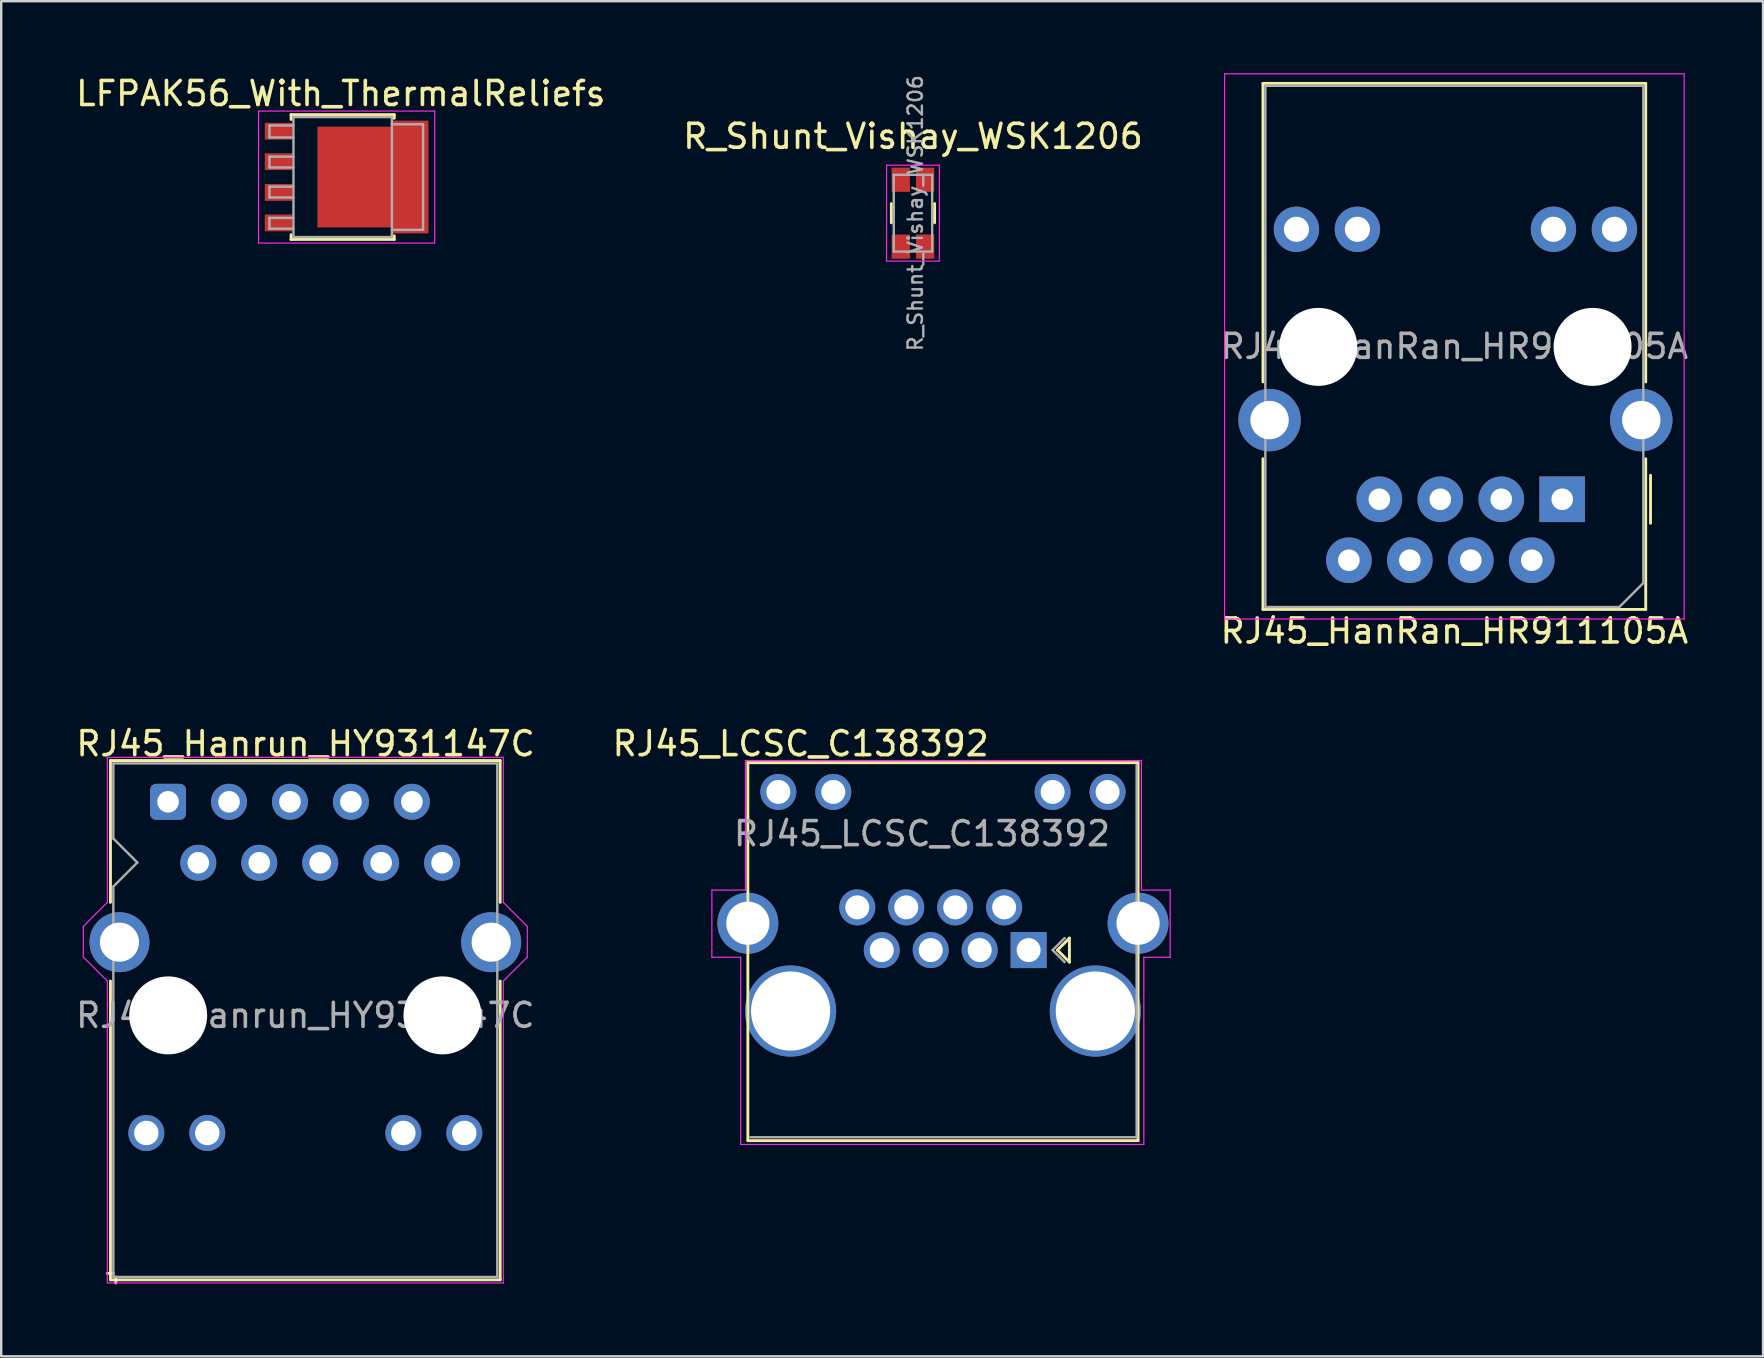
<source format=kicad_pcb>
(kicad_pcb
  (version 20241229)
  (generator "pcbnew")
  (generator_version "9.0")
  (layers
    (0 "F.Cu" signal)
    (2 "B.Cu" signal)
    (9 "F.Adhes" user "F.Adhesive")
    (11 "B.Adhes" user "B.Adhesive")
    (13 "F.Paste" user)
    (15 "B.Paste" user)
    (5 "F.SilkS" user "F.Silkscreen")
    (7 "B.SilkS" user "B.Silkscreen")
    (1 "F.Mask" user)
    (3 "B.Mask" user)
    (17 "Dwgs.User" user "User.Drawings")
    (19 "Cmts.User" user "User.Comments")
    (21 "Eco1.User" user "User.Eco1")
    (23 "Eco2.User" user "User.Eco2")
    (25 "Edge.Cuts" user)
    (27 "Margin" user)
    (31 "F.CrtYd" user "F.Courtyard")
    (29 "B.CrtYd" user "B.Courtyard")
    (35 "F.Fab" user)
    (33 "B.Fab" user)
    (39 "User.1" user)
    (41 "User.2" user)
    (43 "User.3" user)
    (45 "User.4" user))
  (footprint "RJ45_Hanrun_HY931147C"
    (layer "F.Cu")
    (at 9.683 39.252)
    (property "Reference" "RJ45_Hanrun_HY931147C" (at 0 -11.31 0) (layer "F.SilkS") (effects (font (size 1 1) (thickness 0.15))))
    (attr through_hole)
    (fp_line (start -8.13 -10.61) (end -8.13 -4.7) (stroke (width 0.12) (type solid)) (layer "F.SilkS"))
    (fp_line (start -8.13 -10.61) (end 8.11 -10.61) (stroke (width 0.12) (type solid)) (layer "F.SilkS"))
    (fp_line (start -8.13 -1.42) (end -8.13 11.03) (stroke (width 0.12) (type solid)) (layer "F.SilkS"))
    (fp_line (start -8.01 10.76) (end -8.26 10.76) (stroke (width 0.12) (type solid)) (layer "F.SilkS"))
    (fp_line (start -7.91 10.91) (end -7.91 11.16) (stroke (width 0.12) (type solid)) (layer "F.SilkS"))
    (fp_line (start 8.11 -10.61) (end 8.11 -4.7) (stroke (width 0.12) (type solid)) (layer "F.SilkS"))
    (fp_line (start 8.11 -1.42) (end 8.11 11.03) (stroke (width 0.12) (type solid)) (layer "F.SilkS"))
    (fp_line (start 8.11 11.03) (end -8.13 11.03) (stroke (width 0.12) (type solid)) (layer "F.SilkS"))
    (fp_line (start -9.26 -2.42) (end -9.26 -3.7) (stroke (width 0.05) (type solid)) (layer "F.CrtYd"))
    (fp_line (start -9.26 -2.42) (end -8.26 -1.42) (stroke (width 0.05) (type solid)) (layer "F.CrtYd"))
    (fp_line (start -8.26 -10.74) (end 8.24 -10.74) (stroke (width 0.05) (type solid)) (layer "F.CrtYd"))
    (fp_line (start -8.26 -4.7) (end -9.26 -3.7) (stroke (width 0.05) (type solid)) (layer "F.CrtYd"))
    (fp_line (start -8.26 -4.7) (end -8.26 -10.75) (stroke (width 0.05) (type solid)) (layer "F.CrtYd"))
    (fp_line (start -8.26 -1.42) (end -8.26 11.16) (stroke (width 0.05) (type solid)) (layer "F.CrtYd"))
    (fp_line (start -8.26 11.16) (end 8.24 11.16) (stroke (width 0.05) (type solid)) (layer "F.CrtYd"))
    (fp_line (start 8.24 -4.7) (end 8.24 -10.74) (stroke (width 0.05) (type solid)) (layer "F.CrtYd"))
    (fp_line (start 8.24 -4.7) (end 9.24 -3.7) (stroke (width 0.05) (type solid)) (layer "F.CrtYd"))
    (fp_line (start 8.24 -1.42) (end 8.24 11.16) (stroke (width 0.05) (type solid)) (layer "F.CrtYd"))
    (fp_line (start 9.24 -2.42) (end 8.24 -1.42) (stroke (width 0.05) (type solid)) (layer "F.CrtYd"))
    (fp_line (start 9.24 -2.42) (end 9.24 -3.7) (stroke (width 0.05) (type solid)) (layer "F.CrtYd"))
    (fp_line (start -8.01 -10.49) (end -8.01 -7.36) (stroke (width 0.1) (type solid)) (layer "F.Fab"))
    (fp_line (start -8.01 -10.49) (end 7.99 -10.49) (stroke (width 0.1) (type solid)) (layer "F.Fab"))
    (fp_line (start -8.01 -5.36) (end -8.01 10.91) (stroke (width 0.1) (type solid)) (layer "F.Fab"))
    (fp_line (start -8.01 10.91) (end 7.99 10.91) (stroke (width 0.1) (type solid)) (layer "F.Fab"))
    (fp_line (start -7.01 -6.36) (end -8.01 -7.36) (stroke (width 0.1) (type solid)) (layer "F.Fab"))
    (fp_line (start -7.01 -6.36) (end -8.01 -5.36) (stroke (width 0.1) (type solid)) (layer "F.Fab"))
    (fp_line (start 7.99 -10.49) (end 7.99 10.91) (stroke (width 0.1) (type solid)) (layer "F.Fab"))
    (fp_line (start -6.45 0) (end 5.55 0) (stroke (width 0.05) (type solid)) (layer "User.1"))
    (fp_line (start -0.01 -10.55) (end -0.01 10.85) (stroke (width 0.05) (type solid)) (layer "User.1"))
    (fp_text user "${REFERENCE}" (at -0.01 0.01 0) (layer "F.Fab") (effects (font (size 1 1) (thickness 0.15))))
    (pad "" np_thru_hole circle (at -5.725 0.01) (size 3.25 3.25) (drill 3.25) (layers "*.Cu" "*.Mask"))
    (pad "" np_thru_hole circle (at 5.705 0.01) (size 3.25 3.25) (drill 3.25) (layers "*.Cu" "*.Mask"))
    (pad "1" thru_hole roundrect (at -5.73 -8.89) (size 1.5 1.5) (drill 0.9) (layers "*.Cu" "*.Mask") (roundrect_rratio 0.167))
    (pad "2" thru_hole circle (at -4.47 -6.35) (size 1.5 1.5) (drill 0.9) (layers "*.Cu" "*.Mask"))
    (pad "3" thru_hole circle (at -3.19 -8.89) (size 1.5 1.5) (drill 0.9) (layers "*.Cu" "*.Mask"))
    (pad "4" thru_hole circle (at -1.93 -6.35) (size 1.5 1.5) (drill 0.9) (layers "*.Cu" "*.Mask"))
    (pad "5" thru_hole circle (at -0.65 -8.89) (size 1.5 1.5) (drill 0.9) (layers "*.Cu" "*.Mask"))
    (pad "6" thru_hole circle (at 0.61 -6.35 90) (size 1.5 1.5) (drill 0.9) (layers "*.Cu" "*.Mask"))
    (pad "7" thru_hole circle (at 1.89 -8.89) (size 1.5 1.5) (drill 0.9) (layers "*.Cu" "*.Mask"))
    (pad "8" thru_hole circle (at 3.15 -6.35) (size 1.5 1.5) (drill 0.9) (layers "*.Cu" "*.Mask"))
    (pad "9" thru_hole circle (at 4.43 -8.89) (size 1.5 1.5) (drill 0.9) (layers "*.Cu" "*.Mask"))
    (pad "10" thru_hole circle (at 5.69 -6.35) (size 1.5 1.5) (drill 0.9) (layers "*.Cu" "*.Mask"))
    (pad "11" thru_hole circle (at -6.635 4.91) (size 1.5 1.5) (drill 1.02) (layers "*.Cu" "*.Mask"))
    (pad "12" thru_hole circle (at -4.095 4.91) (size 1.5 1.5) (drill 1.02) (layers "*.Cu" "*.Mask"))
    (pad "13" thru_hole circle (at 4.075 4.91) (size 1.5 1.5) (drill 1.02) (layers "*.Cu" "*.Mask"))
    (pad "14" thru_hole circle (at 6.615 4.91) (size 1.5 1.5) (drill 1.02) (layers "*.Cu" "*.Mask"))
    (pad "SH" thru_hole circle (at -7.755 -3.04) (size 2.5 2.5) (drill 1.63) (layers "*.Cu" "*.Mask"))
    (pad "SH" thru_hole circle (at 7.735 -3.04) (size 2.5 2.5) (drill 1.63) (layers "*.Cu" "*.Mask")))
  (footprint "R_Shunt_Vishay_WSK1206"
    (layer "F.Cu")
    (at 34.994 5.833)
    (property "Reference" "R_Shunt_Vishay_WSK1206" (at 0 -3.2 180) (layer "F.SilkS") (effects (font (size 1 1) (thickness 0.15))))
    (attr smd)
    (fp_line (start -0.9 0.4) (end -0.9 -0.4) (stroke (width 0.12) (type solid)) (layer "F.SilkS"))
    (fp_line (start 0.9 -0.4) (end 0.9 0.4) (stroke (width 0.12) (type solid)) (layer "F.SilkS"))
    (fp_line (start -1.1 -2) (end 1.1 -2) (stroke (width 0.05) (type solid)) (layer "F.CrtYd"))
    (fp_line (start -1.1 2) (end -1.1 -2) (stroke (width 0.05) (type solid)) (layer "F.CrtYd"))
    (fp_line (start 1.1 -2) (end 1.1 2) (stroke (width 0.05) (type solid)) (layer "F.CrtYd"))
    (fp_line (start 1.1 2) (end -1.1 2) (stroke (width 0.05) (type solid)) (layer "F.CrtYd"))
    (fp_line (start -0.8 -1.6) (end -0.8 1.6) (stroke (width 0.1) (type solid)) (layer "F.Fab"))
    (fp_line (start -0.8 1.6) (end 0.8 1.6) (stroke (width 0.1) (type solid)) (layer "F.Fab"))
    (fp_line (start 0.8 -1.6) (end -0.8 -1.6) (stroke (width 0.1) (type solid)) (layer "F.Fab"))
    (fp_line (start 0.8 1.6) (end 0.8 -1.6) (stroke (width 0.1) (type solid)) (layer "F.Fab"))
    (fp_text user "${REFERENCE}" (at 0.1 0 90) (layer "F.Fab") (effects (font (size 0.6 0.6) (thickness 0.1))))
    (pad "1" smd rect (at -0.508 -1.394) (size 0.762 1.01) (layers "F.Cu" "F.Mask" "F.Paste"))
    (pad "2" smd rect (at 0.508 -1.394) (size 0.762 1.01) (layers "F.Cu" "F.Mask" "F.Paste"))
    (pad "3" smd rect (at 0.508 1.394) (size 0.762 1.01) (layers "F.Cu" "F.Mask" "F.Paste"))
    (pad "4" smd rect (at -0.508 1.394) (size 0.762 1.01) (layers "F.Cu" "F.Mask" "F.Paste")))
  (footprint "RJ45_LCSC_C138392"
    (layer "F.Cu")
    (at 39.814 36.541)
    (property "Reference" "RJ45_LCSC_C138392" (at -9.5 -8.6 0) (layer "F.SilkS") (effects (font (size 1 1) (thickness 0.15))))
    (attr through_hole)
    (fp_line (start -11.7 7.94) (end -11.7 -7.81) (stroke (width 0.12) (type solid)) (layer "F.SilkS"))
    (fp_line (start 1.2 0) (end 1.7 0.5) (stroke (width 0.12) (type solid)) (layer "F.SilkS"))
    (fp_line (start 1.7 -0.5) (end 1.2 0) (stroke (width 0.12) (type solid)) (layer "F.SilkS"))
    (fp_line (start 1.7 0.5) (end 1.7 -0.5) (stroke (width 0.12) (type solid)) (layer "F.SilkS"))
    (fp_line (start 4.56 -7.81) (end -11.7 -7.81) (stroke (width 0.12) (type solid)) (layer "F.SilkS"))
    (fp_line (start 4.56 7.94) (end -11.7 7.94) (stroke (width 0.12) (type solid)) (layer "F.SilkS"))
    (fp_line (start 4.56 7.94) (end 4.56 -7.81) (stroke (width 0.12) (type solid)) (layer "F.SilkS"))
    (fp_line (start -13.2 -2.5) (end -13.2 0.3) (stroke (width 0.05) (type solid)) (layer "F.CrtYd"))
    (fp_line (start -12 0.3) (end -13.2 0.3) (stroke (width 0.05) (type solid)) (layer "F.CrtYd"))
    (fp_line (start -12 0.3) (end -12 8.1) (stroke (width 0.05) (type solid)) (layer "F.CrtYd"))
    (fp_line (start -11.8 -2.5) (end -13.2 -2.5) (stroke (width 0.05) (type solid)) (layer "F.CrtYd"))
    (fp_line (start -11.8 -2.5) (end -11.8 -7.9) (stroke (width 0.05) (type solid)) (layer "F.CrtYd"))
    (fp_line (start 4.06 -1.05) (end 4.95 -1.05) (stroke (width 0.05) (type solid)) (layer "F.CrtYd"))
    (fp_line (start 4.7 -7.9) (end -11.8 -7.9) (stroke (width 0.05) (type solid)) (layer "F.CrtYd"))
    (fp_line (start 4.7 -2.5) (end 4.7 -7.9) (stroke (width 0.05) (type solid)) (layer "F.CrtYd"))
    (fp_line (start 4.7 -2.5) (end 5.9 -2.5) (stroke (width 0.05) (type solid)) (layer "F.CrtYd"))
    (fp_line (start 4.8 0.3) (end 4.8 8.1) (stroke (width 0.05) (type solid)) (layer "F.CrtYd"))
    (fp_line (start 4.8 0.3) (end 5.9 0.3) (stroke (width 0.05) (type solid)) (layer "F.CrtYd"))
    (fp_line (start 4.8 8.1) (end -12 8.1) (stroke (width 0.05) (type solid)) (layer "F.CrtYd"))
    (fp_line (start 5.9 0.3) (end 5.9 -2.5) (stroke (width 0.05) (type solid)) (layer "F.CrtYd"))
    (fp_line (start 1.5 -0.5) (end 1 0) (stroke (width 0.1) (type solid)) (layer "F.Fab"))
    (fp_line (start 1.5 0.5) (end 1 0) (stroke (width 0.1) (type solid)) (layer "F.Fab"))
    (fp_line (start 4.5 7.8) (end -11.6 7.8) (stroke (width 0.1) (type solid)) (layer "F.Fab"))
    (fp_line (start 4.5 7.8) (end 4.5 -7.7) (stroke (width 0.1) (type solid)) (layer "F.Fab"))
    (fp_text user "${REFERENCE}" (at -4.445 -4.85 180) (layer "F.Fab") (effects (font (size 1 1) (thickness 0.15))))
    (pad "1" thru_hole rect (at 0 0 180) (size 1.5 1.5) (drill 1) (layers "*.Cu" "*.Mask"))
    (pad "2" thru_hole circle (at -1.02 -1.78 180) (size 1.5 1.5) (drill 1) (layers "*.Cu" "*.Mask"))
    (pad "3" thru_hole circle (at -2.04 0 180) (size 1.5 1.5) (drill 1) (layers "*.Cu" "*.Mask"))
    (pad "4" thru_hole circle (at -3.06 -1.78 180) (size 1.5 1.5) (drill 1) (layers "*.Cu" "*.Mask"))
    (pad "5" thru_hole circle (at -4.08 0 180) (size 1.5 1.5) (drill 1) (layers "*.Cu" "*.Mask"))
    (pad "6" thru_hole circle (at -5.1 -1.78 180) (size 1.5 1.5) (drill 1) (layers "*.Cu" "*.Mask"))
    (pad "7" thru_hole circle (at -6.12 0 180) (size 1.5 1.5) (drill 1) (layers "*.Cu" "*.Mask"))
    (pad "8" thru_hole circle (at -7.14 -1.78 180) (size 1.5 1.5) (drill 1) (layers "*.Cu" "*.Mask"))
    (pad "9" thru_hole circle (at -8.14 -6.59 180) (size 1.5 1.5) (drill 1) (layers "*.Cu" "*.Mask"))
    (pad "10" thru_hole circle (at -10.43 -6.59 180) (size 1.5 1.5) (drill 1) (layers "*.Cu" "*.Mask"))
    (pad "11" thru_hole circle (at 3.29 -6.59 180) (size 1.5 1.5) (drill 1) (layers "*.Cu" "*.Mask"))
    (pad "12" thru_hole circle (at 1 -6.59 180) (size 1.5 1.5) (drill 1) (layers "*.Cu" "*.Mask"))
    (pad "SH" thru_hole circle (at -11.7 -1.12 180) (size 2.54 2.54) (drill 1.8) (layers "*.Cu" "*.Mask"))
    (pad "SH" thru_hole circle (at -9.92 2.54 180) (size 3.8 3.8) (drill 3.3) (layers "*.Cu" "*.Mask"))
    (pad "SH" thru_hole circle (at 2.78 2.54 180) (size 3.8 3.8) (drill 3.3) (layers "*.Cu" "*.Mask"))
    (pad "SH" thru_hole circle (at 4.56 -1.12 180) (size 2.54 2.54) (drill 1.8) (layers "*.Cu" "*.Mask")))
  (footprint "LFPAK56_With_ThermalReliefs"
    (layer "F.Cu")
    (at 11.394 4.328)
    (property "Reference" "LFPAK56_With_ThermalReliefs" (at -0.245 -3.48 0) (layer "F.SilkS") (effects (font (size 1 1) (thickness 0.15))))
    (attr smd)
    (fp_line (start -2.315 -2.6) (end -2.315 -2.4) (stroke (width 0.12) (type solid)) (layer "F.SilkS"))
    (fp_line (start -2.315 2.4) (end -2.315 2.6) (stroke (width 0.12) (type solid)) (layer "F.SilkS"))
    (fp_line (start -2.315 2.6) (end 1.985 2.6) (stroke (width 0.12) (type solid)) (layer "F.SilkS"))
    (fp_line (start 1.985 -2.6) (end -2.315 -2.6) (stroke (width 0.12) (type solid)) (layer "F.SilkS"))
    (fp_line (start 1.985 -2.45) (end 1.985 -2.6) (stroke (width 0.12) (type solid)) (layer "F.SilkS"))
    (fp_line (start 1.985 2.6) (end 1.985 2.45) (stroke (width 0.12) (type solid)) (layer "F.SilkS"))
    (fp_line (start -3.67 2.75) (end -3.67 -2.75) (stroke (width 0.05) (type solid)) (layer "F.CrtYd"))
    (fp_line (start -3.67 2.75) (end 3.67 2.75) (stroke (width 0.05) (type solid)) (layer "F.CrtYd"))
    (fp_line (start 3.67 -2.75) (end -3.67 -2.75) (stroke (width 0.05) (type solid)) (layer "F.CrtYd"))
    (fp_line (start 3.67 -2.75) (end 3.67 2.75) (stroke (width 0.05) (type solid)) (layer "F.CrtYd"))
    (fp_line (start -3.215 -2.15) (end -3.215 -1.65) (stroke (width 0.1) (type solid)) (layer "F.Fab"))
    (fp_line (start -3.215 -2.15) (end -2.215 -2.15) (stroke (width 0.1) (type solid)) (layer "F.Fab"))
    (fp_line (start -3.215 -1.65) (end -2.215 -1.65) (stroke (width 0.1) (type solid)) (layer "F.Fab"))
    (fp_line (start -3.215 -0.85) (end -3.215 -0.4) (stroke (width 0.1) (type solid)) (layer "F.Fab"))
    (fp_line (start -3.215 -0.4) (end -2.215 -0.4) (stroke (width 0.1) (type solid)) (layer "F.Fab"))
    (fp_line (start -3.215 0.4) (end -3.215 0.85) (stroke (width 0.1) (type solid)) (layer "F.Fab"))
    (fp_line (start -3.215 0.85) (end -2.215 0.85) (stroke (width 0.1) (type solid)) (layer "F.Fab"))
    (fp_line (start -3.215 1.7) (end -3.215 2.15) (stroke (width 0.1) (type solid)) (layer "F.Fab"))
    (fp_line (start -3.215 2.15) (end -2.215 2.15) (stroke (width 0.1) (type solid)) (layer "F.Fab"))
    (fp_line (start -2.215 -2.5) (end -2.215 2.5) (stroke (width 0.1) (type solid)) (layer "F.Fab"))
    (fp_line (start -2.215 -0.85) (end -3.215 -0.85) (stroke (width 0.1) (type solid)) (layer "F.Fab"))
    (fp_line (start -2.215 0.4) (end -3.215 0.4) (stroke (width 0.1) (type solid)) (layer "F.Fab"))
    (fp_line (start -2.215 1.7) (end -3.215 1.7) (stroke (width 0.1) (type solid)) (layer "F.Fab"))
    (fp_line (start -2.215 2.5) (end 1.885 2.5) (stroke (width 0.1) (type solid)) (layer "F.Fab"))
    (fp_line (start 1.885 -2.5) (end -2.215 -2.5) (stroke (width 0.1) (type solid)) (layer "F.Fab"))
    (fp_line (start 1.885 2.5) (end 1.885 -2.5) (stroke (width 0.1) (type solid)) (layer "F.Fab"))
    (fp_line (start 3.185 -2.2) (end 1.885 -2.2) (stroke (width 0.1) (type solid)) (layer "F.Fab"))
    (fp_line (start 3.185 -2.2) (end 3.185 2.2) (stroke (width 0.1) (type solid)) (layer "F.Fab"))
    (fp_line (start 3.185 2.2) (end 1.885 2.2) (stroke (width 0.1) (type solid)) (layer "F.Fab"))
    (pad "" smd rect (at -0.665 -1.15) (size 0.6 0.9) (layers "F.Paste"))
    (pad "" smd rect (at -0.665 0) (size 0.6 0.9) (layers "F.Paste"))
    (pad "" smd rect (at -0.665 1.15) (size 0.6 0.9) (layers "F.Paste"))
    (pad "" smd rect (at 0.185 -1.15) (size 0.6 0.9) (layers "F.Paste"))
    (pad "" smd rect (at 0.185 0) (size 0.6 0.9) (layers "F.Paste"))
    (pad "" smd rect (at 0.185 1.15) (size 0.6 0.9) (layers "F.Paste"))
    (pad "" smd rect (at 1.035 -1.15) (size 0.6 0.9) (layers "F.Paste"))
    (pad "" smd rect (at 1.035 0) (size 0.6 0.9) (layers "F.Paste"))
    (pad "" smd rect (at 1.035 1.15) (size 0.6 0.9) (layers "F.Paste"))
    (pad "" smd rect (at 2.885 -1.88 270) (size 0.6 0.9) (layers "F.Paste"))
    (pad "" smd rect (at 2.885 -0.6 270) (size 0.6 0.9) (layers "F.Paste"))
    (pad "" smd rect (at 2.885 0.6 270) (size 0.6 0.9) (layers "F.Paste"))
    (pad "" smd rect (at 2.885 1.88 270) (size 0.6 0.9) (layers "F.Paste"))
    (pad "1" smd rect (at -2.835 -1.91 270) (size 0.7 1.15) (layers "F.Cu" "F.Mask" "F.Paste"))
    (pad "2" smd rect (at -2.835 -0.64 270) (size 0.7 1.15) (layers "F.Cu" "F.Mask" "F.Paste"))
    (pad "3" smd rect (at -2.835 0.64 270) (size 0.7 1.15) (layers "F.Cu" "F.Mask" "F.Paste"))
    (pad "4" smd rect (at -2.835 1.91 270) (size 0.7 1.15) (layers "F.Cu" "F.Mask" "F.Paste"))
    (pad "5" smd rect (at 0.435 0) (size 3.3 4.2) (layers "F.Cu" "F.Mask"))
    (pad "5" smd rect (at 2.635 0) (size 1.55 4.7) (layers "F.Cu" "F.Mask")))
  (footprint "RJ45_HanRan_HR911105A"
    (layer "F.Cu")
    (at 57.599 11.405)
    (property "Reference" "RJ45_HanRan_HR911105A" (at -0.045 11.84 180) (layer "F.SilkS") (effects (font (size 1 1) (thickness 0.15))))
    (attr through_hole)
    (fp_line (start -8.02 -10.98) (end 7.93 -10.98) (stroke (width 0.12) (type solid)) (layer "F.SilkS"))
    (fp_line (start -8.02 1.46) (end -8.02 -10.98) (stroke (width 0.12) (type solid)) (layer "F.SilkS"))
    (fp_line (start -8.02 10.94) (end -8.02 4.66) (stroke (width 0.12) (type solid)) (layer "F.SilkS"))
    (fp_line (start 7.93 -10.98) (end 7.93 1.46) (stroke (width 0.12) (type solid)) (layer "F.SilkS"))
    (fp_line (start 7.93 4.66) (end 7.93 10.94) (stroke (width 0.12) (type solid)) (layer "F.SilkS"))
    (fp_line (start 7.93 10.94) (end -8.02 10.94) (stroke (width 0.12) (type solid)) (layer "F.SilkS"))
    (fp_line (start 8.13 7.35) (end 8.13 5.35) (stroke (width 0.12) (type solid)) (layer "F.SilkS"))
    (fp_line (start -9.62 -11.38) (end -9.62 11.34) (stroke (width 0.05) (type solid)) (layer "F.CrtYd"))
    (fp_line (start -9.62 11.34) (end 9.53 11.34) (stroke (width 0.05) (type solid)) (layer "F.CrtYd"))
    (fp_line (start 9.53 -11.38) (end -9.62 -11.38) (stroke (width 0.05) (type solid)) (layer "F.CrtYd"))
    (fp_line (start 9.53 11.34) (end 9.53 -11.38) (stroke (width 0.05) (type solid)) (layer "F.CrtYd"))
    (fp_line (start -7.92 -10.88) (end 7.83 -10.88) (stroke (width 0.1) (type solid)) (layer "F.Fab"))
    (fp_line (start -7.92 10.84) (end -7.92 -10.88) (stroke (width 0.1) (type solid)) (layer "F.Fab"))
    (fp_line (start 6.83 10.84) (end -7.92 10.84) (stroke (width 0.1) (type solid)) (layer "F.Fab"))
    (fp_line (start 7.83 -10.88) (end 7.83 9.84) (stroke (width 0.1) (type solid)) (layer "F.Fab"))
    (fp_line (start 7.83 9.84) (end 6.83 10.84) (stroke (width 0.1) (type solid)) (layer "F.Fab"))
    (fp_text user "${REFERENCE}" (at -0.045 -0.02 180) (layer "F.Fab") (effects (font (size 1 1) (thickness 0.15))))
    (pad "" np_thru_hole circle (at -5.715 0 180) (size 3.25 3.25) (drill 3.25) (layers "*.Cu" "*.Mask"))
    (pad "" np_thru_hole circle (at 5.715 0 180) (size 3.25 3.25) (drill 3.25) (layers "*.Cu" "*.Mask"))
    (pad "9" thru_hole circle (at 6.625 -4.9 180) (size 1.89 1.89) (drill 1.05) (layers "*.Cu" "*.Mask"))
    (pad "10" thru_hole circle (at 4.085 -4.9 180) (size 1.89 1.89) (drill 1.05) (layers "*.Cu" "*.Mask"))
    (pad "11" thru_hole circle (at -4.085 -4.9 180) (size 1.89 1.89) (drill 1.05) (layers "*.Cu" "*.Mask"))
    (pad "12" thru_hole circle (at -6.625 -4.9 180) (size 1.89 1.89) (drill 1.05) (layers "*.Cu" "*.Mask"))
    (pad "13" thru_hole circle (at -7.745 3.05 180) (size 2.6 2.6) (drill 1.6) (layers "*.Cu" "*.Mask"))
    (pad "13" thru_hole circle (at 7.745 3.05 180) (size 2.6 2.6) (drill 1.6) (layers "*.Cu" "*.Mask"))
    (pad "R1" thru_hole rect (at 4.45 6.35 180) (size 1.9 1.9) (drill 0.9) (layers "*.Cu" "*.Mask"))
    (pad "R2" thru_hole circle (at 3.18 8.89 180) (size 1.9 1.9) (drill 0.9) (layers "*.Cu" "*.Mask"))
    (pad "R3" thru_hole circle (at 1.91 6.35 180) (size 1.9 1.9) (drill 0.9) (layers "*.Cu" "*.Mask"))
    (pad "R4" thru_hole circle (at 0.64 8.89 180) (size 1.9 1.9) (drill 0.9) (layers "*.Cu" "*.Mask"))
    (pad "R5" thru_hole circle (at -0.63 6.35 180) (size 1.9 1.9) (drill 0.9) (layers "*.Cu" "*.Mask"))
    (pad "R6" thru_hole circle (at -1.9 8.89 180) (size 1.9 1.9) (drill 0.9) (layers "*.Cu" "*.Mask"))
    (pad "R7" thru_hole circle (at -3.17 6.35 180) (size 1.9 1.9) (drill 0.9) (layers "*.Cu" "*.Mask"))
    (pad "R8" thru_hole circle (at -4.44 8.89 180) (size 1.9 1.9) (drill 0.9) (layers "*.Cu" "*.Mask")))
  (gr_rect
    (start -3 -3)
    (end 70.417 53.471)
    (stroke (width 0.1) (type default))
    (fill no)
    (layer "Edge.Cuts")))
</source>
